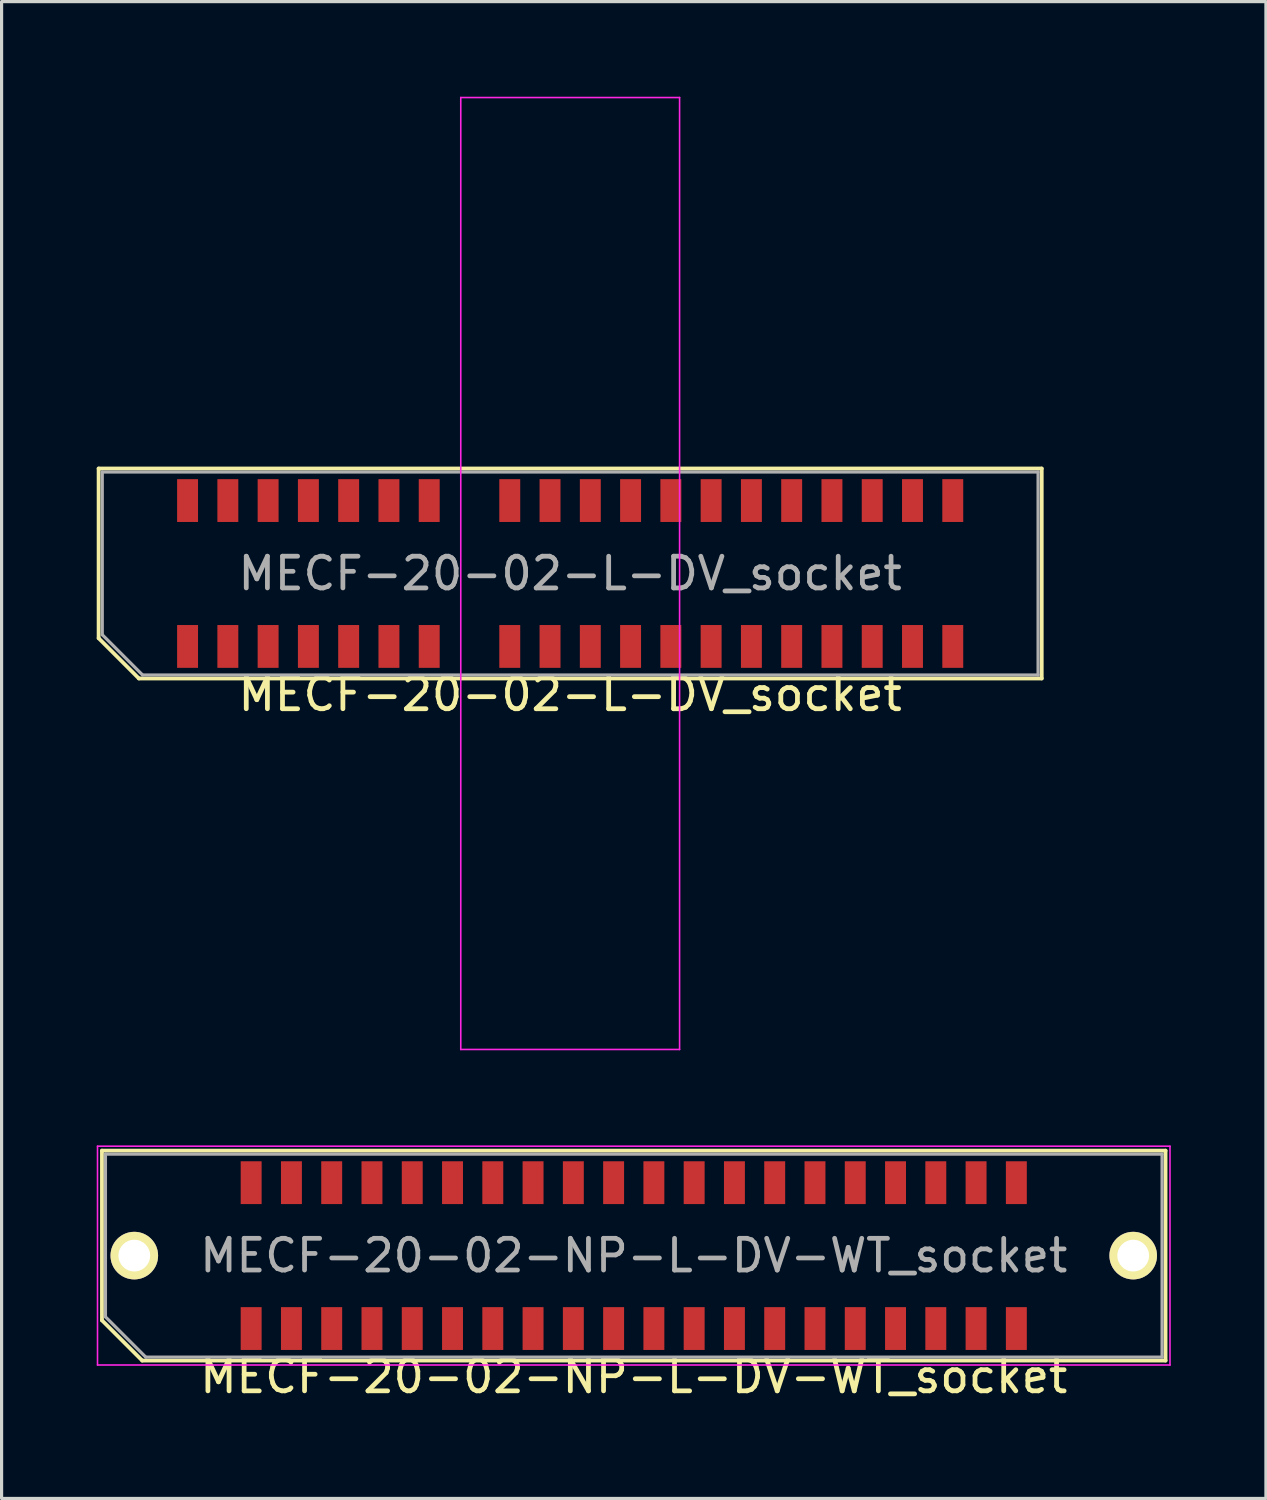
<source format=kicad_pcb>
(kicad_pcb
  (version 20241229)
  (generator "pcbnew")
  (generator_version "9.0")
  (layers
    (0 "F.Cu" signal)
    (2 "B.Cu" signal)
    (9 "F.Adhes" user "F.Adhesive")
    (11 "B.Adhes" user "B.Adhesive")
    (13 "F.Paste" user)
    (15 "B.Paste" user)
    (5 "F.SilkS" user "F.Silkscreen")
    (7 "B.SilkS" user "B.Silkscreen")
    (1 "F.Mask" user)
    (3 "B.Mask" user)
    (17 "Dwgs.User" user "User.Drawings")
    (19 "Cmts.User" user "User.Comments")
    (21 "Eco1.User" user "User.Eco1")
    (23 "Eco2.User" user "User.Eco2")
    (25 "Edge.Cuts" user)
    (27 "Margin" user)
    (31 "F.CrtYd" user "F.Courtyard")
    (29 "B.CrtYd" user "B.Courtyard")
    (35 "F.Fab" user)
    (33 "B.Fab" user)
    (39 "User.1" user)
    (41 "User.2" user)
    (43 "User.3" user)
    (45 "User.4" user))
  (footprint "MECF-20-02-L-DV_socket"
    (layer "F.Cu")
    (at 14.93 15.035)
    (property "Reference" "MECF-20-02-L-DV_socket" (at 0 3.81 0) (layer "F.SilkS") (effects (font (size 1 1) (thickness 0.15))))
    (attr smd)
    (fp_line (start -14.87 -3.31) (end 14.87 -3.31) (stroke (width 0.12) (type solid)) (layer "F.SilkS"))
    (fp_line (start -14.87 2.04) (end -14.87 -3.31) (stroke (width 0.12) (type solid)) (layer "F.SilkS"))
    (fp_line (start -13.6 3.31) (end -14.87 2.04) (stroke (width 0.12) (type solid)) (layer "F.SilkS"))
    (fp_line (start -13.6 3.31) (end 14.87 3.31) (stroke (width 0.12) (type solid)) (layer "F.SilkS"))
    (fp_line (start 14.87 3.31) (end 14.87 -3.31) (stroke (width 0.12) (type solid)) (layer "F.SilkS"))
    (fp_line (start -3.45 -15.01) (end -3.45 15.01) (stroke (width 0.05) (type solid)) (layer "F.CrtYd"))
    (fp_line (start -3.45 15.01) (end 3.45 15.01) (stroke (width 0.05) (type solid)) (layer "F.CrtYd"))
    (fp_line (start 3.45 -15.01) (end -3.45 -15.01) (stroke (width 0.05) (type solid)) (layer "F.CrtYd"))
    (fp_line (start 3.45 15.01) (end 3.45 -15.01) (stroke (width 0.05) (type solid)) (layer "F.CrtYd"))
    (fp_line (start -14.755 -3.2) (end 14.755 -3.2) (stroke (width 0.1) (type solid)) (layer "F.Fab"))
    (fp_line (start -14.755 1.93) (end -14.755 -3.2) (stroke (width 0.1) (type solid)) (layer "F.Fab"))
    (fp_line (start -14.755 1.93) (end -13.485 3.2) (stroke (width 0.1) (type solid)) (layer "F.Fab"))
    (fp_line (start -13.485 3.2) (end 14.755 3.2) (stroke (width 0.1) (type solid)) (layer "F.Fab"))
    (fp_line (start 14.755 3.2) (end 14.755 -3.2) (stroke (width 0.1) (type solid)) (layer "F.Fab"))
    (fp_text user "${REFERENCE}" (at 0 0 0) (layer "F.Fab") (effects (font (size 1 1) (thickness 0.15))))
    (pad "" np_thru_hole circle (at -13.845 0) (size 0.001 0.001) (drill 1.45) (layers "*.Cu" "*.Mask"))
    (pad "" np_thru_hole circle (at 13.845 1) (size 0.001 0.001) (drill 1.45) (layers "*.Cu" "*.Mask"))
    (pad "1" smd rect (at -12.065 2.3) (size 0.66 1.35) (layers "F.Cu" "F.Mask" "F.Paste"))
    (pad "2" smd rect (at -12.065 -2.3) (size 0.66 1.35) (layers "F.Cu" "F.Mask" "F.Paste"))
    (pad "3" smd rect (at -10.795 2.3) (size 0.66 1.35) (layers "F.Cu" "F.Mask" "F.Paste"))
    (pad "4" smd rect (at -10.795 -2.3) (size 0.66 1.35) (layers "F.Cu" "F.Mask" "F.Paste"))
    (pad "5" smd rect (at -9.525 2.3) (size 0.66 1.35) (layers "F.Cu" "F.Mask" "F.Paste"))
    (pad "6" smd rect (at -9.525 -2.3) (size 0.66 1.35) (layers "F.Cu" "F.Mask" "F.Paste"))
    (pad "7" smd rect (at -8.255 2.3) (size 0.66 1.35) (layers "F.Cu" "F.Mask" "F.Paste"))
    (pad "8" smd rect (at -8.255 -2.3) (size 0.66 1.35) (layers "F.Cu" "F.Mask" "F.Paste"))
    (pad "9" smd rect (at -6.985 2.3) (size 0.66 1.35) (layers "F.Cu" "F.Mask" "F.Paste"))
    (pad "10" smd rect (at -6.985 -2.3) (size 0.66 1.35) (layers "F.Cu" "F.Mask" "F.Paste"))
    (pad "11" smd rect (at -5.715 2.3) (size 0.66 1.35) (layers "F.Cu" "F.Mask" "F.Paste"))
    (pad "12" smd rect (at -5.715 -2.3) (size 0.66 1.35) (layers "F.Cu" "F.Mask" "F.Paste"))
    (pad "13" smd rect (at -4.445 2.3) (size 0.66 1.35) (layers "F.Cu" "F.Mask" "F.Paste"))
    (pad "14" smd rect (at -4.445 -2.3) (size 0.66 1.35) (layers "F.Cu" "F.Mask" "F.Paste"))
    (pad "17" smd rect (at -1.905 2.3) (size 0.66 1.35) (layers "F.Cu" "F.Mask" "F.Paste"))
    (pad "18" smd rect (at -1.905 -2.3) (size 0.66 1.35) (layers "F.Cu" "F.Mask" "F.Paste"))
    (pad "19" smd rect (at -0.635 2.3) (size 0.66 1.35) (layers "F.Cu" "F.Mask" "F.Paste"))
    (pad "20" smd rect (at -0.635 -2.3) (size 0.66 1.35) (layers "F.Cu" "F.Mask" "F.Paste"))
    (pad "21" smd rect (at 0.635 2.3) (size 0.66 1.35) (layers "F.Cu" "F.Mask" "F.Paste"))
    (pad "22" smd rect (at 0.635 -2.3) (size 0.66 1.35) (layers "F.Cu" "F.Mask" "F.Paste"))
    (pad "23" smd rect (at 1.905 2.3) (size 0.66 1.35) (layers "F.Cu" "F.Mask" "F.Paste"))
    (pad "24" smd rect (at 1.905 -2.3) (size 0.66 1.35) (layers "F.Cu" "F.Mask" "F.Paste"))
    (pad "25" smd rect (at 3.175 2.3) (size 0.66 1.35) (layers "F.Cu" "F.Mask" "F.Paste"))
    (pad "26" smd rect (at 3.175 -2.3) (size 0.66 1.35) (layers "F.Cu" "F.Mask" "F.Paste"))
    (pad "27" smd rect (at 4.445 2.3) (size 0.66 1.35) (layers "F.Cu" "F.Mask" "F.Paste"))
    (pad "28" smd rect (at 4.445 -2.3) (size 0.66 1.35) (layers "F.Cu" "F.Mask" "F.Paste"))
    (pad "29" smd rect (at 5.715 2.3) (size 0.66 1.35) (layers "F.Cu" "F.Mask" "F.Paste"))
    (pad "30" smd rect (at 5.715 -2.3) (size 0.66 1.35) (layers "F.Cu" "F.Mask" "F.Paste"))
    (pad "31" smd rect (at 6.985 2.3) (size 0.66 1.35) (layers "F.Cu" "F.Mask" "F.Paste"))
    (pad "32" smd rect (at 6.985 -2.3) (size 0.66 1.35) (layers "F.Cu" "F.Mask" "F.Paste"))
    (pad "33" smd rect (at 8.255 2.3) (size 0.66 1.35) (layers "F.Cu" "F.Mask" "F.Paste"))
    (pad "34" smd rect (at 8.255 -2.3) (size 0.66 1.35) (layers "F.Cu" "F.Mask" "F.Paste"))
    (pad "35" smd rect (at 9.525 2.3) (size 0.66 1.35) (layers "F.Cu" "F.Mask" "F.Paste"))
    (pad "36" smd rect (at 9.525 -2.3) (size 0.66 1.35) (layers "F.Cu" "F.Mask" "F.Paste"))
    (pad "37" smd rect (at 10.795 2.3) (size 0.66 1.35) (layers "F.Cu" "F.Mask" "F.Paste"))
    (pad "38" smd rect (at 10.795 -2.3) (size 0.66 1.35) (layers "F.Cu" "F.Mask" "F.Paste"))
    (pad "39" smd rect (at 12.065 2.3) (size 0.66 1.35) (layers "F.Cu" "F.Mask" "F.Paste"))
    (pad "40" smd rect (at 12.065 -2.3) (size 0.66 1.35) (layers "F.Cu" "F.Mask" "F.Paste")))
  (footprint "MECF-20-02-NP-L-DV-WT_socket"
    (layer "F.Cu")
    (at 16.935 36.545)
    (property "Reference" "MECF-20-02-NP-L-DV-WT_socket" (at 0 3.81 0) (layer "F.SilkS") (effects (font (size 1 1) (thickness 0.15))))
    (attr smd)
    (fp_line (start -16.77 -3.31) (end 16.77 -3.31) (stroke (width 0.12) (type solid)) (layer "F.SilkS"))
    (fp_line (start -16.77 2.04) (end -16.77 -3.31) (stroke (width 0.12) (type solid)) (layer "F.SilkS"))
    (fp_line (start -15.5 3.31) (end -16.77 2.04) (stroke (width 0.12) (type solid)) (layer "F.SilkS"))
    (fp_line (start -15.5 3.31) (end 16.77 3.31) (stroke (width 0.12) (type solid)) (layer "F.SilkS"))
    (fp_line (start 16.77 3.31) (end 16.77 -3.31) (stroke (width 0.12) (type solid)) (layer "F.SilkS"))
    (fp_line (start -16.91 -3.45) (end -16.91 3.45) (stroke (width 0.05) (type solid)) (layer "F.CrtYd"))
    (fp_line (start -16.91 3.45) (end 16.91 3.45) (stroke (width 0.05) (type solid)) (layer "F.CrtYd"))
    (fp_line (start 16.91 -3.45) (end -16.91 -3.45) (stroke (width 0.05) (type solid)) (layer "F.CrtYd"))
    (fp_line (start 16.91 3.45) (end 16.91 -3.45) (stroke (width 0.05) (type solid)) (layer "F.CrtYd"))
    (fp_line (start -16.66 -3.2) (end 16.66 -3.2) (stroke (width 0.1) (type solid)) (layer "F.Fab"))
    (fp_line (start -16.66 1.93) (end -16.66 -3.2) (stroke (width 0.1) (type solid)) (layer "F.Fab"))
    (fp_line (start -16.66 1.93) (end -15.39 3.2) (stroke (width 0.1) (type solid)) (layer "F.Fab"))
    (fp_line (start -15.39 3.2) (end 16.66 3.2) (stroke (width 0.1) (type solid)) (layer "F.Fab"))
    (fp_line (start 16.66 3.2) (end 16.66 -3.2) (stroke (width 0.1) (type solid)) (layer "F.Fab"))
    (fp_text user "${REFERENCE}" (at 0 0 0) (layer "F.Fab") (effects (font (size 1 1) (thickness 0.15))))
    (pad "" np_thru_hole circle (at -13.845 0) (size 0.001 0.001) (drill 1.45) (layers "*.Cu" "*.Mask" "F.SilkS"))
    (pad "" np_thru_hole circle (at 13.845 1) (size 0.001 0.001) (drill 1.45) (layers "*.Cu" "*.Mask" "F.SilkS"))
    (pad "1" smd rect (at -12.065 2.3) (size 0.66 1.35) (layers "F.Cu" "F.Mask" "F.Paste"))
    (pad "2" smd rect (at -12.065 -2.3) (size 0.66 1.35) (layers "F.Cu" "F.Mask" "F.Paste"))
    (pad "3" smd rect (at -10.795 2.3) (size 0.66 1.35) (layers "F.Cu" "F.Mask" "F.Paste"))
    (pad "4" smd rect (at -10.795 -2.3) (size 0.66 1.35) (layers "F.Cu" "F.Mask" "F.Paste"))
    (pad "5" smd rect (at -9.525 2.3) (size 0.66 1.35) (layers "F.Cu" "F.Mask" "F.Paste"))
    (pad "6" smd rect (at -9.525 -2.3) (size 0.66 1.35) (layers "F.Cu" "F.Mask" "F.Paste"))
    (pad "7" smd rect (at -8.255 2.3) (size 0.66 1.35) (layers "F.Cu" "F.Mask" "F.Paste"))
    (pad "8" smd rect (at -8.255 -2.3) (size 0.66 1.35) (layers "F.Cu" "F.Mask" "F.Paste"))
    (pad "9" smd rect (at -6.985 2.3) (size 0.66 1.35) (layers "F.Cu" "F.Mask" "F.Paste"))
    (pad "10" smd rect (at -6.985 -2.3) (size 0.66 1.35) (layers "F.Cu" "F.Mask" "F.Paste"))
    (pad "11" smd rect (at -5.715 2.3) (size 0.66 1.35) (layers "F.Cu" "F.Mask" "F.Paste"))
    (pad "12" smd rect (at -5.715 -2.3) (size 0.66 1.35) (layers "F.Cu" "F.Mask" "F.Paste"))
    (pad "13" smd rect (at -4.445 2.3) (size 0.66 1.35) (layers "F.Cu" "F.Mask" "F.Paste"))
    (pad "14" smd rect (at -4.445 -2.3) (size 0.66 1.35) (layers "F.Cu" "F.Mask" "F.Paste"))
    (pad "15" smd rect (at -3.175 2.3) (size 0.66 1.35) (layers "F.Cu" "F.Mask" "F.Paste"))
    (pad "16" smd rect (at -3.175 -2.3) (size 0.66 1.35) (layers "F.Cu" "F.Mask" "F.Paste"))
    (pad "17" smd rect (at -1.905 2.3) (size 0.66 1.35) (layers "F.Cu" "F.Mask" "F.Paste"))
    (pad "18" smd rect (at -1.905 -2.3) (size 0.66 1.35) (layers "F.Cu" "F.Mask" "F.Paste"))
    (pad "19" smd rect (at -0.635 2.3) (size 0.66 1.35) (layers "F.Cu" "F.Mask" "F.Paste"))
    (pad "20" smd rect (at -0.635 -2.3) (size 0.66 1.35) (layers "F.Cu" "F.Mask" "F.Paste"))
    (pad "21" smd rect (at 0.635 2.3) (size 0.66 1.35) (layers "F.Cu" "F.Mask" "F.Paste"))
    (pad "22" smd rect (at 0.635 -2.3) (size 0.66 1.35) (layers "F.Cu" "F.Mask" "F.Paste"))
    (pad "23" smd rect (at 1.905 2.3) (size 0.66 1.35) (layers "F.Cu" "F.Mask" "F.Paste"))
    (pad "24" smd rect (at 1.905 -2.3) (size 0.66 1.35) (layers "F.Cu" "F.Mask" "F.Paste"))
    (pad "25" smd rect (at 3.175 2.3) (size 0.66 1.35) (layers "F.Cu" "F.Mask" "F.Paste"))
    (pad "26" smd rect (at 3.175 -2.3) (size 0.66 1.35) (layers "F.Cu" "F.Mask" "F.Paste"))
    (pad "27" smd rect (at 4.445 2.3) (size 0.66 1.35) (layers "F.Cu" "F.Mask" "F.Paste"))
    (pad "28" smd rect (at 4.445 -2.3) (size 0.66 1.35) (layers "F.Cu" "F.Mask" "F.Paste"))
    (pad "29" smd rect (at 5.715 2.3) (size 0.66 1.35) (layers "F.Cu" "F.Mask" "F.Paste"))
    (pad "30" smd rect (at 5.715 -2.3) (size 0.66 1.35) (layers "F.Cu" "F.Mask" "F.Paste"))
    (pad "31" smd rect (at 6.985 2.3) (size 0.66 1.35) (layers "F.Cu" "F.Mask" "F.Paste"))
    (pad "32" smd rect (at 6.985 -2.3) (size 0.66 1.35) (layers "F.Cu" "F.Mask" "F.Paste"))
    (pad "33" smd rect (at 8.255 2.3) (size 0.66 1.35) (layers "F.Cu" "F.Mask" "F.Paste"))
    (pad "34" smd rect (at 8.255 -2.3) (size 0.66 1.35) (layers "F.Cu" "F.Mask" "F.Paste"))
    (pad "35" smd rect (at 9.525 2.3) (size 0.66 1.35) (layers "F.Cu" "F.Mask" "F.Paste"))
    (pad "36" smd rect (at 9.525 -2.3) (size 0.66 1.35) (layers "F.Cu" "F.Mask" "F.Paste"))
    (pad "37" smd rect (at 10.795 2.3) (size 0.66 1.35) (layers "F.Cu" "F.Mask" "F.Paste"))
    (pad "38" smd rect (at 10.795 -2.3) (size 0.66 1.35) (layers "F.Cu" "F.Mask" "F.Paste"))
    (pad "39" smd rect (at 12.065 2.3) (size 0.66 1.35) (layers "F.Cu" "F.Mask" "F.Paste"))
    (pad "40" smd rect (at 12.065 -2.3) (size 0.66 1.35) (layers "F.Cu" "F.Mask" "F.Paste"))
    (pad "None" thru_hole circle (at -15.75 0) (size 1.5 1.5) (drill 1) (layers "*.Cu" "*.Mask" "F.SilkS"))
    (pad "None" thru_hole circle (at 15.75 0) (size 1.5 1.5) (drill 1) (layers "*.Cu" "*.Mask" "F.SilkS")))
  (gr_rect
    (start -3 -3)
    (end 36.87 44.203)
    (stroke (width 0.1) (type default))
    (fill no)
    (layer "Edge.Cuts")))
</source>
